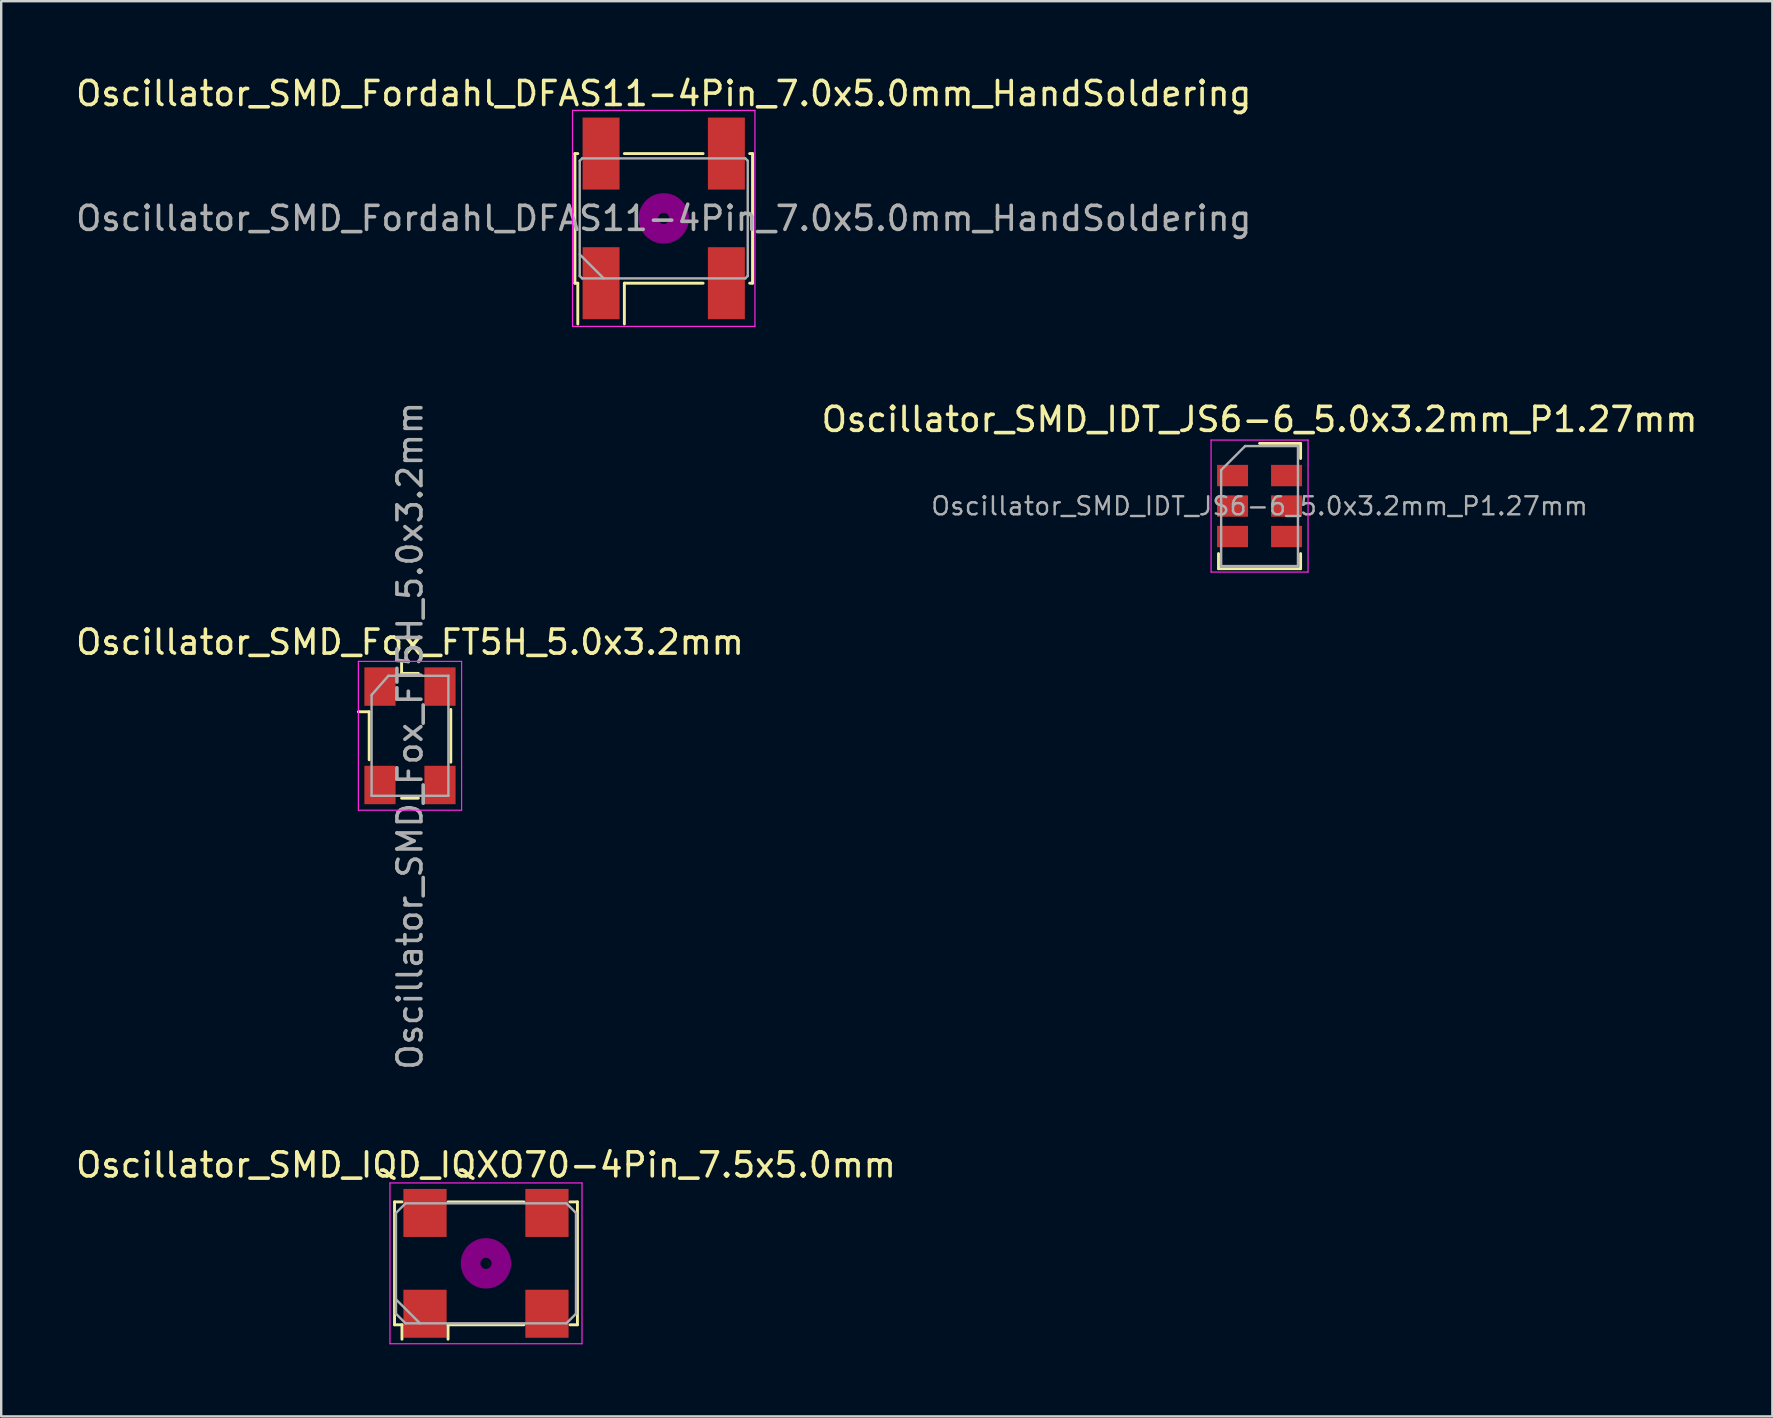
<source format=kicad_pcb>
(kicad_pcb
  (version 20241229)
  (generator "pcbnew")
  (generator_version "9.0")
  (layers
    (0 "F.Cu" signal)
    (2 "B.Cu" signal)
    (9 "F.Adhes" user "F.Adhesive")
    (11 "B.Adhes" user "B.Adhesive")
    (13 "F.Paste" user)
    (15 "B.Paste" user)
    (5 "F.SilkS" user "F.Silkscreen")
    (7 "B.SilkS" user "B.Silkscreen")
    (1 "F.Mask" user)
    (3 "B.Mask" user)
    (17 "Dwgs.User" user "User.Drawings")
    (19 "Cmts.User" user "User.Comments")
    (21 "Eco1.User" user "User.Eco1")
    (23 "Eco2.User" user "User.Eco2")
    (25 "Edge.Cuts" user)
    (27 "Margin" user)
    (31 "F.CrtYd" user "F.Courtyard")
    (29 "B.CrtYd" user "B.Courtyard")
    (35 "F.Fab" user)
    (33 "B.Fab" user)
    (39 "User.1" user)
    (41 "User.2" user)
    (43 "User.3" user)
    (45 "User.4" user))
  (footprint "Oscillator_SMD_IQD_IQXO70-4Pin_7.5x5.0mm"
    (layer "F.Cu")
    (at 17.196 49.581)
    (property "Reference" "Oscillator_SMD_IQD_IQXO70-4Pin_7.5x5.0mm" (at 0 -4.1 0) (layer "F.SilkS") (effects (font (size 1 1) (thickness 0.15))))
    (attr smd)
    (fp_line (start -3.81 -2.56) (end -3.5 -2.56) (stroke (width 0.12) (type solid)) (layer "F.SilkS"))
    (fp_line (start -3.81 2.56) (end -3.81 -2.56) (stroke (width 0.12) (type solid)) (layer "F.SilkS"))
    (fp_line (start -3.5 2.56) (end -3.81 2.56) (stroke (width 0.12) (type solid)) (layer "F.SilkS"))
    (fp_line (start -3.5 3.16) (end -3.5 2.56) (stroke (width 0.12) (type solid)) (layer "F.SilkS"))
    (fp_line (start -1.58 -2.56) (end 1.58 -2.56) (stroke (width 0.12) (type solid)) (layer "F.SilkS"))
    (fp_line (start -1.58 2.56) (end -1.58 3.16) (stroke (width 0.12) (type solid)) (layer "F.SilkS"))
    (fp_line (start 1.58 2.56) (end -1.58 2.56) (stroke (width 0.12) (type solid)) (layer "F.SilkS"))
    (fp_line (start 3.5 -2.56) (end 3.81 -2.56) (stroke (width 0.12) (type solid)) (layer "F.SilkS"))
    (fp_line (start 3.81 -2.56) (end 3.81 2.56) (stroke (width 0.12) (type solid)) (layer "F.SilkS"))
    (fp_line (start 3.81 2.56) (end 3.5 2.56) (stroke (width 0.12) (type solid)) (layer "F.SilkS"))
    (fp_circle (center 0 0) (end 0.233 0) (stroke (width 0.467) (type solid)) (fill no) (layer "F.Adhes"))
    (fp_circle (center 0 0) (end 0.533 0) (stroke (width 0.333) (type solid)) (fill no) (layer "F.Adhes"))
    (fp_circle (center 0 0) (end 0.833 0) (stroke (width 0.333) (type solid)) (fill no) (layer "F.Adhes"))
    (fp_circle (center 0 0) (end 1 0) (stroke (width 0.1) (type solid)) (fill no) (layer "F.Adhes"))
    (fp_line (start -4 -3.35) (end -4 3.35) (stroke (width 0.05) (type solid)) (layer "F.CrtYd"))
    (fp_line (start -4 3.35) (end 4 3.35) (stroke (width 0.05) (type solid)) (layer "F.CrtYd"))
    (fp_line (start 4 -3.35) (end -4 -3.35) (stroke (width 0.05) (type solid)) (layer "F.CrtYd"))
    (fp_line (start 4 3.35) (end 4 -3.35) (stroke (width 0.05) (type solid)) (layer "F.CrtYd"))
    (fp_line (start -3.75 -2.1) (end -3.35 -2.5) (stroke (width 0.1) (type solid)) (layer "F.Fab"))
    (fp_line (start -3.75 1.5) (end -2.75 2.5) (stroke (width 0.1) (type solid)) (layer "F.Fab"))
    (fp_line (start -3.75 2.1) (end -3.75 -2.1) (stroke (width 0.1) (type solid)) (layer "F.Fab"))
    (fp_line (start -3.35 -2.5) (end 3.35 -2.5) (stroke (width 0.1) (type solid)) (layer "F.Fab"))
    (fp_line (start -3.35 2.5) (end -3.75 2.1) (stroke (width 0.1) (type solid)) (layer "F.Fab"))
    (fp_line (start 3.35 -2.5) (end 3.75 -2.1) (stroke (width 0.1) (type solid)) (layer "F.Fab"))
    (fp_line (start 3.35 2.5) (end -3.35 2.5) (stroke (width 0.1) (type solid)) (layer "F.Fab"))
    (fp_line (start 3.75 -2.1) (end 3.75 2.1) (stroke (width 0.1) (type solid)) (layer "F.Fab"))
    (fp_line (start 3.75 2.1) (end 3.35 2.5) (stroke (width 0.1) (type solid)) (layer "F.Fab"))
    (pad "1" smd rect (at -2.54 2.1) (size 1.8 2) (layers "F.Cu" "F.Mask"))
    (pad "2" smd rect (at 2.54 2.1) (size 1.8 2) (layers "F.Cu" "F.Mask"))
    (pad "3" smd rect (at 2.54 -2.1) (size 1.8 2) (layers "F.Cu" "F.Mask"))
    (pad "4" smd rect (at -2.54 -2.1) (size 1.8 2) (layers "F.Cu" "F.Mask")))
  (footprint "Oscillator_SMD_Fox_FT5H_5.0x3.2mm"
    (layer "F.Cu")
    (at 14.03 27.603)
    (property "Reference" "Oscillator_SMD_Fox_FT5H_5.0x3.2mm" (at 0 -3.9 0) (layer "F.SilkS") (effects (font (size 1 1) (thickness 0.15))))
    (attr smd)
    (fp_line (start -1.7 -1) (end -2.15 -1) (stroke (width 0.12) (type solid)) (layer "F.SilkS"))
    (fp_line (start -1.7 1) (end -1.7 -1) (stroke (width 0.12) (type solid)) (layer "F.SilkS"))
    (fp_line (start -0.35 -2.6) (end -0.35 -3.1) (stroke (width 0.12) (type solid)) (layer "F.SilkS"))
    (fp_line (start -0.35 -2.6) (end 0.35 -2.6) (stroke (width 0.12) (type solid)) (layer "F.SilkS"))
    (fp_line (start 0.35 2.6) (end -0.35 2.6) (stroke (width 0.12) (type solid)) (layer "F.SilkS"))
    (fp_line (start 1.7 -1.1) (end 1.7 1.1) (stroke (width 0.12) (type solid)) (layer "F.SilkS"))
    (fp_line (start -2.15 -3.1) (end 2.15 -3.1) (stroke (width 0.05) (type solid)) (layer "F.CrtYd"))
    (fp_line (start -2.15 3.1) (end -2.15 -3.1) (stroke (width 0.05) (type solid)) (layer "F.CrtYd"))
    (fp_line (start 2.15 -3.1) (end 2.15 3.1) (stroke (width 0.05) (type solid)) (layer "F.CrtYd"))
    (fp_line (start 2.15 3.1) (end -2.15 3.1) (stroke (width 0.05) (type solid)) (layer "F.CrtYd"))
    (fp_line (start -1.6 -1.7) (end -0.9 -2.5) (stroke (width 0.1) (type solid)) (layer "F.Fab"))
    (fp_line (start -1.6 2.5) (end -1.6 -1.7) (stroke (width 0.1) (type solid)) (layer "F.Fab"))
    (fp_line (start -0.9 -2.5) (end 1.6 -2.5) (stroke (width 0.1) (type solid)) (layer "F.Fab"))
    (fp_line (start 1.6 -2.5) (end 1.6 2.5) (stroke (width 0.1) (type solid)) (layer "F.Fab"))
    (fp_line (start 1.6 2.5) (end -1.6 2.5) (stroke (width 0.1) (type solid)) (layer "F.Fab"))
    (fp_text user "${REFERENCE}" (at 0 0 270) (layer "F.Fab") (effects (font (size 1 1) (thickness 0.15))))
    (pad "1" smd rect (at -1.25 -2.05 270) (size 1.6 1.3) (layers "F.Cu" "F.Mask" "F.Paste"))
    (pad "2" smd rect (at -1.25 2.05 270) (size 1.6 1.3) (layers "F.Cu" "F.Mask" "F.Paste"))
    (pad "3" smd rect (at 1.25 2.05 270) (size 1.6 1.3) (layers "F.Cu" "F.Mask" "F.Paste"))
    (pad "4" smd rect (at 1.25 -2.05 270) (size 1.6 1.3) (layers "F.Cu" "F.Mask" "F.Paste")))
  (footprint "Oscillator_SMD_IDT_JS6-6_5.0x3.2mm_P1.27mm"
    (layer "F.Cu")
    (at 49.423 18.032)
    (property "Reference" "Oscillator_SMD_IDT_JS6-6_5.0x3.2mm_P1.27mm" (at 0 -3.61 0) (layer "F.SilkS") (effects (font (size 1 1) (thickness 0.15))))
    (attr smd)
    (fp_line (start -1.71 2.61) (end -1.71 1.98) (stroke (width 0.12) (type solid)) (layer "F.SilkS"))
    (fp_line (start 0 -2.61) (end 1.71 -2.61) (stroke (width 0.12) (type solid)) (layer "F.SilkS"))
    (fp_line (start 1.71 -2.61) (end 1.71 -1.98) (stroke (width 0.12) (type solid)) (layer "F.SilkS"))
    (fp_line (start 1.71 1.98) (end 1.71 2.61) (stroke (width 0.12) (type solid)) (layer "F.SilkS"))
    (fp_line (start 1.71 2.61) (end -1.71 2.61) (stroke (width 0.12) (type solid)) (layer "F.SilkS"))
    (fp_line (start -2.02 -2.75) (end -2.02 2.75) (stroke (width 0.05) (type solid)) (layer "F.CrtYd"))
    (fp_line (start -2.02 2.75) (end 2.02 2.75) (stroke (width 0.05) (type solid)) (layer "F.CrtYd"))
    (fp_line (start 2.02 -2.75) (end -2.02 -2.75) (stroke (width 0.05) (type solid)) (layer "F.CrtYd"))
    (fp_line (start 2.02 2.75) (end 2.02 -2.75) (stroke (width 0.05) (type solid)) (layer "F.CrtYd"))
    (fp_line (start -1.6 -1.5) (end -1.6 2.5) (stroke (width 0.1) (type solid)) (layer "F.Fab"))
    (fp_line (start -1.6 2.5) (end 1.6 2.5) (stroke (width 0.1) (type solid)) (layer "F.Fab"))
    (fp_line (start -0.6 -2.5) (end -1.6 -1.5) (stroke (width 0.1) (type solid)) (layer "F.Fab"))
    (fp_line (start 1.6 -2.5) (end -0.6 -2.5) (stroke (width 0.1) (type solid)) (layer "F.Fab"))
    (fp_line (start 1.6 2.5) (end 1.6 -2.5) (stroke (width 0.1) (type solid)) (layer "F.Fab"))
    (fp_text user "${REFERENCE}" (at 0 0 0) (layer "F.Fab") (effects (font (size 0.75 0.75) (thickness 0.1))))
    (pad "1" smd rect (at -1.125 -1.27 270) (size 0.89 1.29) (layers "F.Cu" "F.Mask" "F.Paste"))
    (pad "2" smd rect (at -1.125 0 270) (size 0.89 1.29) (layers "F.Cu" "F.Mask" "F.Paste"))
    (pad "3" smd rect (at -1.125 1.27 270) (size 0.89 1.29) (layers "F.Cu" "F.Mask" "F.Paste"))
    (pad "4" smd rect (at 1.125 1.27 270) (size 0.89 1.29) (layers "F.Cu" "F.Mask" "F.Paste"))
    (pad "5" smd rect (at 1.125 0 270) (size 0.89 1.29) (layers "F.Cu" "F.Mask" "F.Paste"))
    (pad "6" smd rect (at 1.125 -1.27 270) (size 0.89 1.29) (layers "F.Cu" "F.Mask" "F.Paste")))
  (footprint "Oscillator_SMD_Fordahl_DFAS11-4Pin_7.0x5.0mm_HandSoldering"
    (layer "F.Cu")
    (at 24.601 6.048)
    (property "Reference" "Oscillator_SMD_Fordahl_DFAS11-4Pin_7.0x5.0mm_HandSoldering" (at 0 -5.2 0) (layer "F.SilkS") (effects (font (size 1 1) (thickness 0.15))))
    (attr smd)
    (fp_line (start -3.7 -2.7) (end -3.58 -2.7) (stroke (width 0.12) (type solid)) (layer "F.SilkS"))
    (fp_line (start -3.7 2.7) (end -3.7 -2.7) (stroke (width 0.12) (type solid)) (layer "F.SilkS"))
    (fp_line (start -3.58 2.7) (end -3.7 2.7) (stroke (width 0.12) (type solid)) (layer "F.SilkS"))
    (fp_line (start -3.58 4.4) (end -3.58 2.7) (stroke (width 0.12) (type solid)) (layer "F.SilkS"))
    (fp_line (start -1.64 -2.7) (end 1.64 -2.7) (stroke (width 0.12) (type solid)) (layer "F.SilkS"))
    (fp_line (start -1.64 2.7) (end -1.64 4.4) (stroke (width 0.12) (type solid)) (layer "F.SilkS"))
    (fp_line (start 1.64 2.7) (end -1.64 2.7) (stroke (width 0.12) (type solid)) (layer "F.SilkS"))
    (fp_line (start 3.58 -2.7) (end 3.7 -2.7) (stroke (width 0.12) (type solid)) (layer "F.SilkS"))
    (fp_line (start 3.7 -2.7) (end 3.7 2.7) (stroke (width 0.12) (type solid)) (layer "F.SilkS"))
    (fp_line (start 3.7 2.7) (end 3.58 2.7) (stroke (width 0.12) (type solid)) (layer "F.SilkS"))
    (fp_circle (center 0 0) (end 0.233 0) (stroke (width 0.467) (type solid)) (fill no) (layer "F.Adhes"))
    (fp_circle (center 0 0) (end 0.533 0) (stroke (width 0.333) (type solid)) (fill no) (layer "F.Adhes"))
    (fp_circle (center 0 0) (end 0.833 0) (stroke (width 0.333) (type solid)) (fill no) (layer "F.Adhes"))
    (fp_circle (center 0 0) (end 1 0) (stroke (width 0.1) (type solid)) (fill no) (layer "F.Adhes"))
    (fp_line (start -3.8 -4.5) (end -3.8 4.5) (stroke (width 0.05) (type solid)) (layer "F.CrtYd"))
    (fp_line (start -3.8 4.5) (end 3.8 4.5) (stroke (width 0.05) (type solid)) (layer "F.CrtYd"))
    (fp_line (start 3.8 -4.5) (end -3.8 -4.5) (stroke (width 0.05) (type solid)) (layer "F.CrtYd"))
    (fp_line (start 3.8 4.5) (end 3.8 -4.5) (stroke (width 0.05) (type solid)) (layer "F.CrtYd"))
    (fp_line (start -3.5 -2.4) (end -3.4 -2.5) (stroke (width 0.1) (type solid)) (layer "F.Fab"))
    (fp_line (start -3.5 1.5) (end -2.5 2.5) (stroke (width 0.1) (type solid)) (layer "F.Fab"))
    (fp_line (start -3.5 2.4) (end -3.5 -2.4) (stroke (width 0.1) (type solid)) (layer "F.Fab"))
    (fp_line (start -3.4 -2.5) (end 3.4 -2.5) (stroke (width 0.1) (type solid)) (layer "F.Fab"))
    (fp_line (start -3.4 2.5) (end -3.5 2.4) (stroke (width 0.1) (type solid)) (layer "F.Fab"))
    (fp_line (start 3.4 -2.5) (end 3.5 -2.4) (stroke (width 0.1) (type solid)) (layer "F.Fab"))
    (fp_line (start 3.4 2.5) (end -3.4 2.5) (stroke (width 0.1) (type solid)) (layer "F.Fab"))
    (fp_line (start 3.5 -2.4) (end 3.5 2.4) (stroke (width 0.1) (type solid)) (layer "F.Fab"))
    (fp_line (start 3.5 2.4) (end 3.4 2.5) (stroke (width 0.1) (type solid)) (layer "F.Fab"))
    (fp_text user "${REFERENCE}" (at 0 0 0) (layer "F.Fab") (effects (font (size 1 1) (thickness 0.15))))
    (pad "1" smd rect (at -2.61 2.7) (size 1.54 3) (layers "F.Cu" "F.Mask" "F.Paste"))
    (pad "2" smd rect (at 2.61 2.7) (size 1.54 3) (layers "F.Cu" "F.Mask" "F.Paste"))
    (pad "3" smd rect (at 2.61 -2.7) (size 1.54 3) (layers "F.Cu" "F.Mask" "F.Paste"))
    (pad "4" smd rect (at -2.61 -2.7) (size 1.54 3) (layers "F.Cu" "F.Mask" "F.Paste")))
  (gr_rect
    (start -3 -3)
    (end 70.786 55.956)
    (stroke (width 0.1) (type default))
    (fill no)
    (layer "Edge.Cuts")))
</source>
